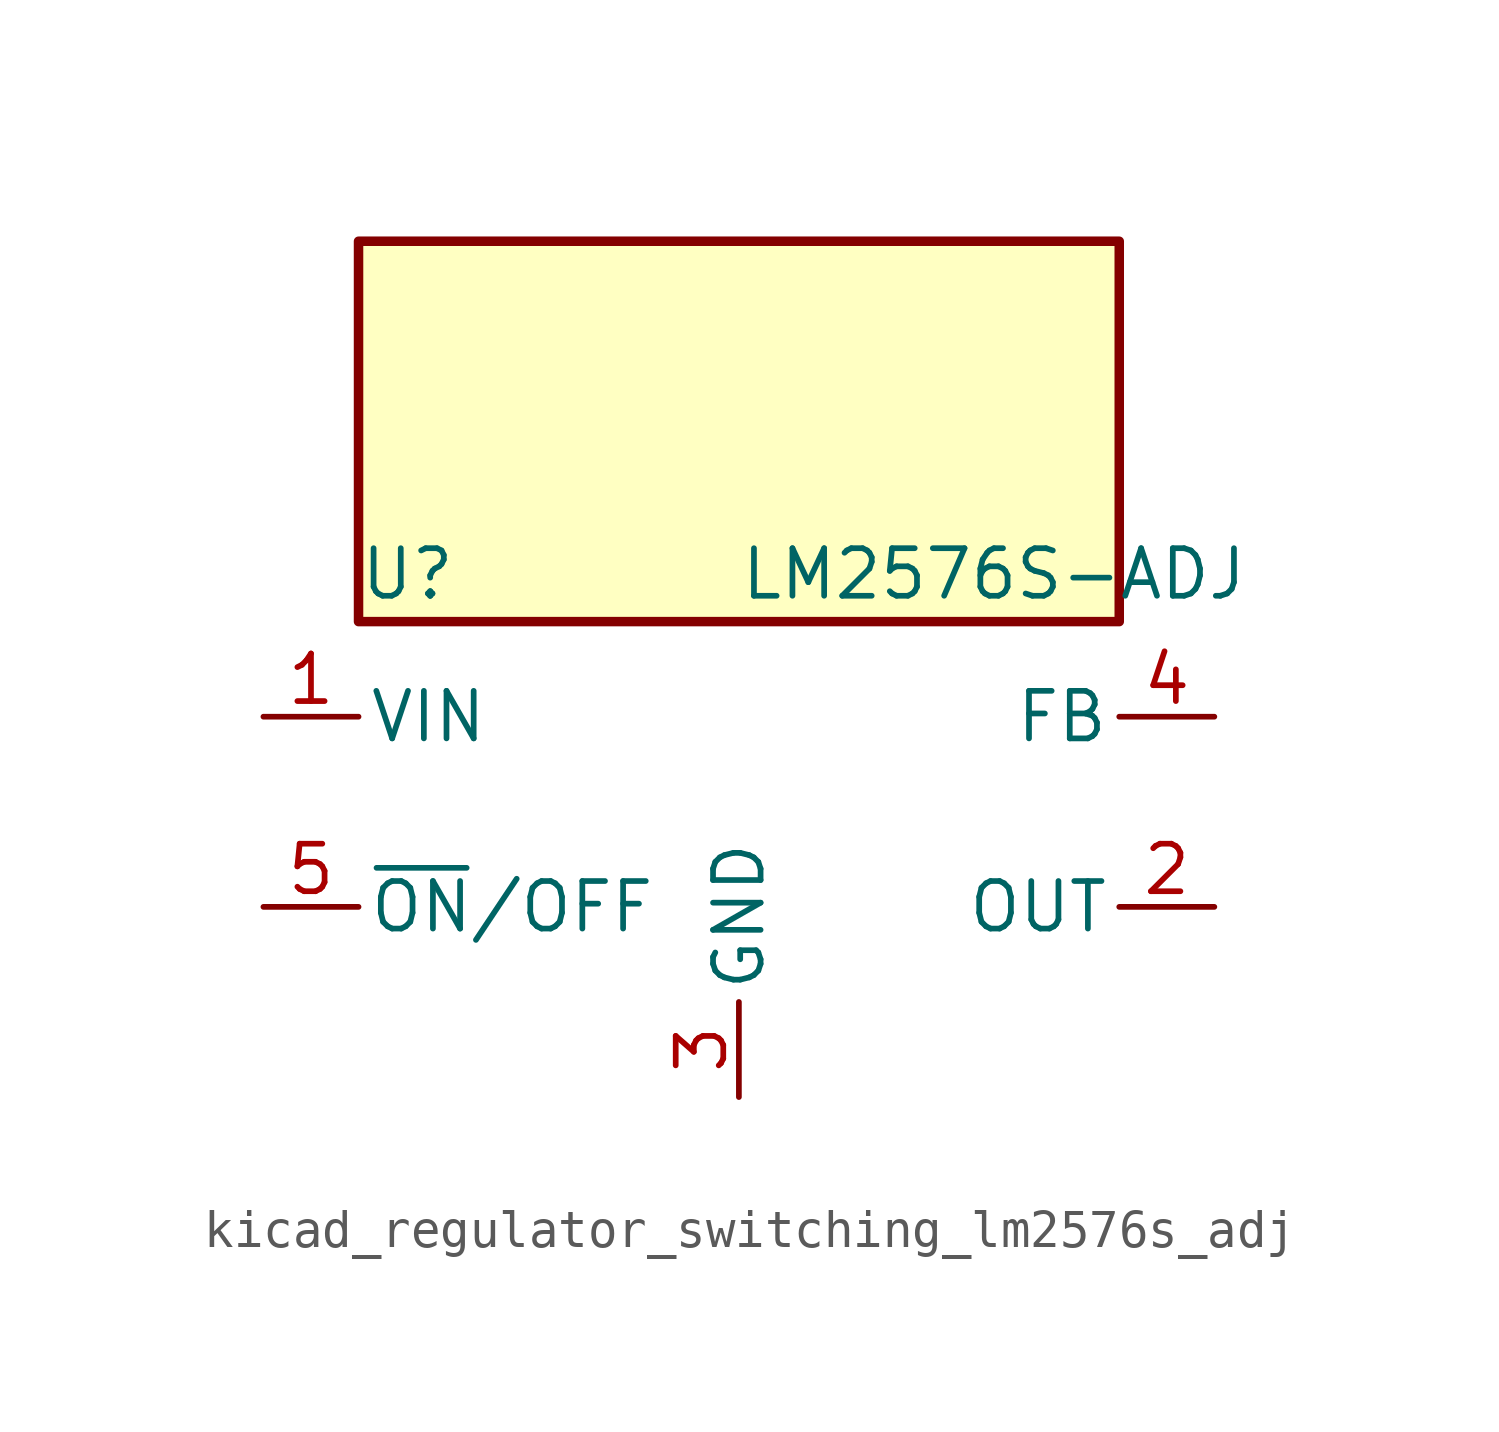
<source format=kicad_sym>
(kicad_symbol_lib
  (version 20220914)
  (generator kicad_symbol_editor)
  (symbol "kicad_regulator_switching_lm2576s_adj"
    (pin_names
      (offset 0.254))
    (property "Reference" "U"
      (at -10.16 6.35 0)
      (effects (font (size 1.27 1.27)) (justify left)))
    (property "Value" "LM2576S-ADJ"
      (at 0 6.35 0)
      (effects (font (size 1.27 1.27)) (justify left)))
    (symbol "kicad_regulator_switching_lm2576s_adj_0_1"
      (rectangle (start 10.16 15.24) (end -10.16 5.08) (stroke (width 0.254) (type default)) (fill (type background))))
    (symbol "kicad_regulator_switching_lm2576s_adj_1_1"
      (pin power_in line (at -12.7 2.54 0) (length 2.54) (name "VIN" (effects (font (size 1.27 1.27)))) (number "1" (effects (font (size 1.27 1.27)))))
      (pin output line (at 12.7 -2.54 180) (length 2.54) (name "OUT" (effects (font (size 1.27 1.27)))) (number "2" (effects (font (size 1.27 1.27)))))
      (pin power_in line (at 0 -7.62 90) (length 2.54) (name "GND" (effects (font (size 1.27 1.27)))) (number "3" (effects (font (size 1.27 1.27)))))
      (pin input line (at 12.7 2.54 180) (length 2.54) (name "FB" (effects (font (size 1.27 1.27)))) (number "4" (effects (font (size 1.27 1.27)))))
      (pin input line (at -12.7 -2.54 0) (length 2.54) (name "~{ON}/OFF" (effects (font (size 1.27 1.27)))) (number "5" (effects (font (size 1.27 1.27))))))))
</source>
